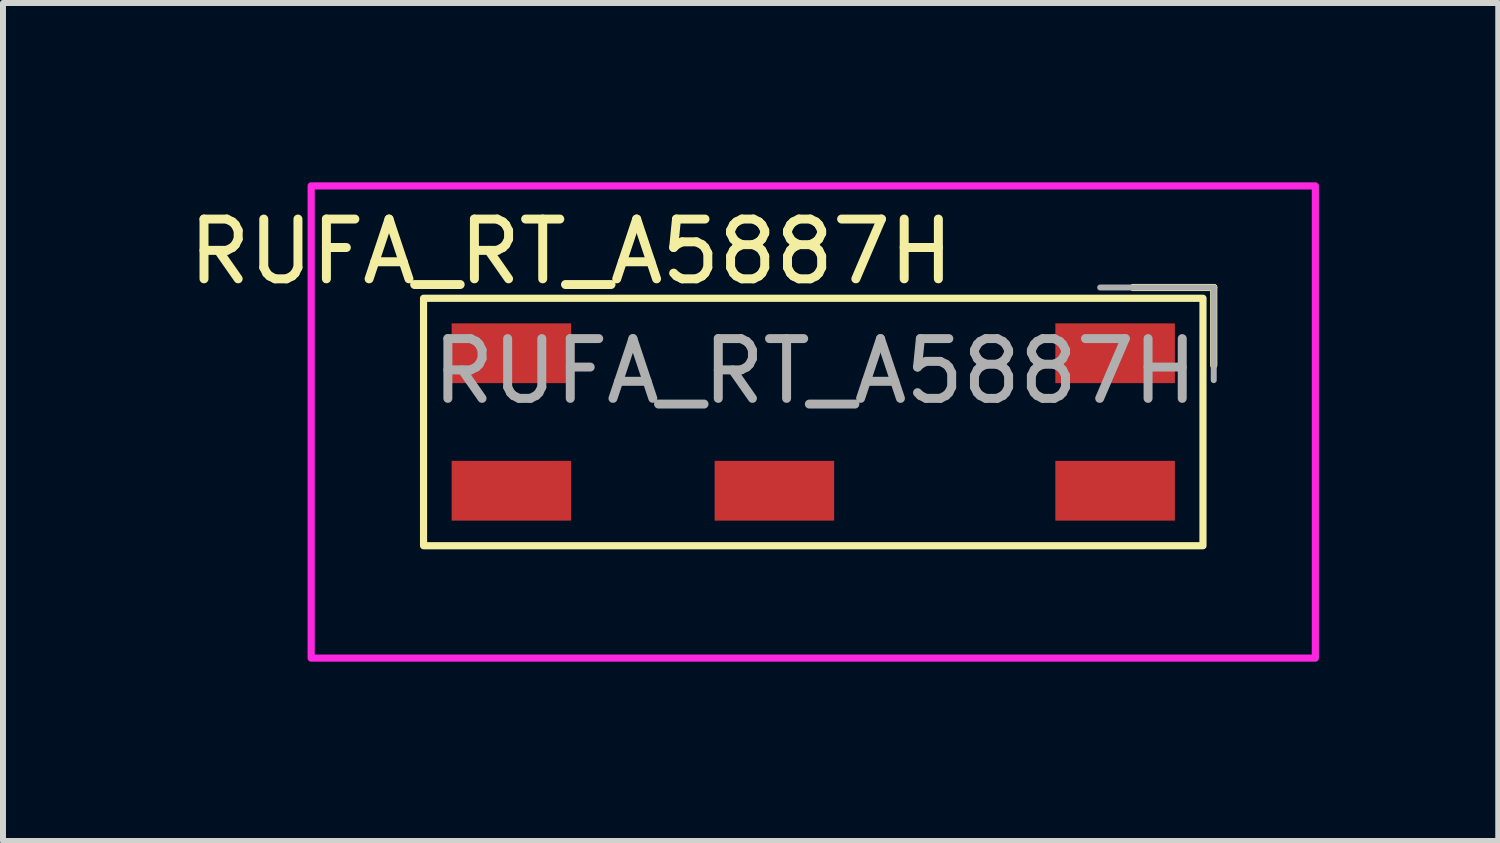
<source format=kicad_pcb>
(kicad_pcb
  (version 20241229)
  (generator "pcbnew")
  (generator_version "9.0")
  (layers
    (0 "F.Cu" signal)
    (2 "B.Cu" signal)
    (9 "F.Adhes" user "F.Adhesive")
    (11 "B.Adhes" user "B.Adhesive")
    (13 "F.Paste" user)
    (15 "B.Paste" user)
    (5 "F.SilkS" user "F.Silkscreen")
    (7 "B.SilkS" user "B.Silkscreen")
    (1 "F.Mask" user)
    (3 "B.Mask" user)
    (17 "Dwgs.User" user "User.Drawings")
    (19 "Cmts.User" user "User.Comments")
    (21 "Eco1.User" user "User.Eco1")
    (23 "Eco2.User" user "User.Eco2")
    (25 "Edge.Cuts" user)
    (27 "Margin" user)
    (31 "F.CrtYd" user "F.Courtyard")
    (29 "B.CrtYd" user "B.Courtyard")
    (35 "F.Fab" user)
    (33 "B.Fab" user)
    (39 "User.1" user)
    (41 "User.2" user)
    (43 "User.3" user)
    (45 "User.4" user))
  (footprint "RUFA_RT_A5887H"
    (layer "F.Cu")
    (at 5.506 5.16)
    (property "Reference" "RUFA_RT_A5887H" (at 1 -4 0) (unlocked yes) (layer "F.SilkS") (effects (font (size 1 1) (thickness 0.15))))
    (attr smd)
    (fp_line (start 11.75 -3.4) (end 10.4 -3.4) (stroke (width 0.12) (type solid)) (layer "F.SilkS"))
    (fp_line (start 11.75 -2.1) (end 11.75 -3.4) (stroke (width 0.12) (type solid)) (layer "F.SilkS"))
    (fp_rect (start -1.47 0.92) (end 11.57 -3.22) (stroke (width 0.12) (type solid)) (fill no) (layer "F.SilkS"))
    (fp_rect (start -3.35 2.8) (end 13.45 -5.1) (stroke (width 0.12) (type solid)) (fill no) (layer "F.CrtYd"))
    (fp_line (start 9.85 -3.4) (end 11.75 -3.4) (stroke (width 0.1) (type solid)) (layer "F.Fab"))
    (fp_line (start 11.75 -3.4) (end 11.75 -1.85) (stroke (width 0.1) (type solid)) (layer "F.Fab"))
    (fp_text user "${REFERENCE}" (at 5.08 -2 0) (unlocked yes) (layer "F.Fab") (effects (font (size 1 1) (thickness 0.15))))
    (pad "1" smd rect (at 10.1 -2.3) (size 2 1) (layers "F.Cu" "F.Mask" "F.Paste"))
    (pad "2" smd rect (at 10.1 0) (size 2 1) (layers "F.Cu" "F.Mask" "F.Paste"))
    (pad "3" smd rect (at 4.4 0) (size 2 1) (layers "F.Cu" "F.Mask" "F.Paste"))
    (pad "4" smd rect (at 0 0) (size 2 1) (layers "F.Cu" "F.Mask" "F.Paste"))
    (pad "5" smd rect (at 0 -2.3) (size 2 1) (layers "F.Cu" "F.Mask" "F.Paste")))
  (gr_rect
    (start -3 -3)
    (end 22.016 11.02)
    (stroke (width 0.1) (type default))
    (fill no)
    (layer "Edge.Cuts")))
</source>
